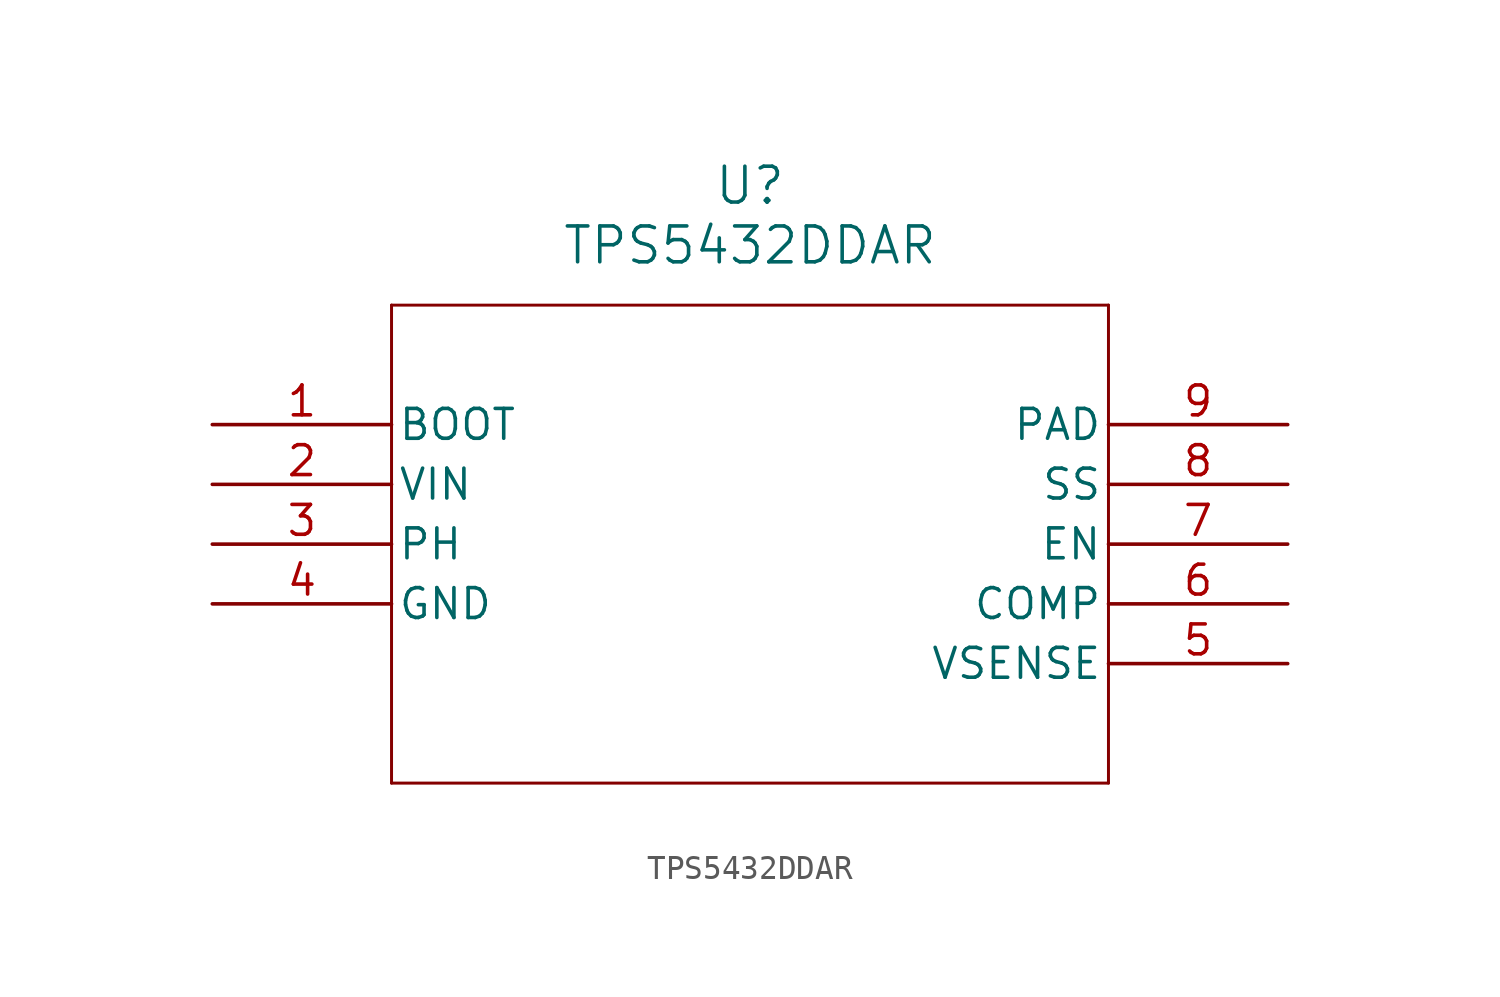
<source format=kicad_sym>
(kicad_symbol_lib
  (version 20211014)
  (generator kicad_symbol_editor)
  (symbol "TPS5432DDAR"
    (pin_names
      (offset 0.254))
    (property "Reference" "U"
      (at 22.86 10.16 0)
      (effects (font (size 1.524 1.524))))
    (property "Value" "TPS5432DDAR"
      (at 22.86 7.62 0)
      (effects (font (size 1.524 1.524))))
    (symbol "TPS5432DDAR_0_1"
      (polyline (pts (xy 7.62 5.08) (xy 7.62 -15.24)) (stroke (width 0.127) (type default) (color 0 0 0 0)) (fill (type none)))
      (polyline (pts (xy 7.62 -15.24) (xy 38.1 -15.24)) (stroke (width 0.127) (type default) (color 0 0 0 0)) (fill (type none)))
      (polyline (pts (xy 38.1 -15.24) (xy 38.1 5.08)) (stroke (width 0.127) (type default) (color 0 0 0 0)) (fill (type none)))
      (polyline (pts (xy 38.1 5.08) (xy 7.62 5.08)) (stroke (width 0.127) (type default) (color 0 0 0 0)) (fill (type none)))
      (pin unspecified line (at 0 0 0) (length 7.62) (name "BOOT" (effects (font (size 1.27 1.27)))) (number "1" (effects (font (size 1.27 1.27)))))
      (pin power_in line (at 0 -2.54 0) (length 7.62) (name "VIN" (effects (font (size 1.27 1.27)))) (number "2" (effects (font (size 1.27 1.27)))))
      (pin unspecified line (at 0 -5.08 0) (length 7.62) (name "PH" (effects (font (size 1.27 1.27)))) (number "3" (effects (font (size 1.27 1.27)))))
      (pin power_out line (at 0 -7.62 0) (length 7.62) (name "GND" (effects (font (size 1.27 1.27)))) (number "4" (effects (font (size 1.27 1.27)))))
      (pin unspecified line (at 45.72 -10.16 180) (length 7.62) (name "VSENSE" (effects (font (size 1.27 1.27)))) (number "5" (effects (font (size 1.27 1.27)))))
      (pin unspecified line (at 45.72 -7.62 180) (length 7.62) (name "COMP" (effects (font (size 1.27 1.27)))) (number "6" (effects (font (size 1.27 1.27)))))
      (pin unspecified line (at 45.72 -5.08 180) (length 7.62) (name "EN" (effects (font (size 1.27 1.27)))) (number "7" (effects (font (size 1.27 1.27)))))
      (pin unspecified line (at 45.72 -2.54 180) (length 7.62) (name "SS" (effects (font (size 1.27 1.27)))) (number "8" (effects (font (size 1.27 1.27)))))
      (pin power_out line (at 45.72 0 180) (length 7.62) (name "PAD" (effects (font (size 1.27 1.27)))) (number "9" (effects (font (size 1.27 1.27))))))))
</source>
